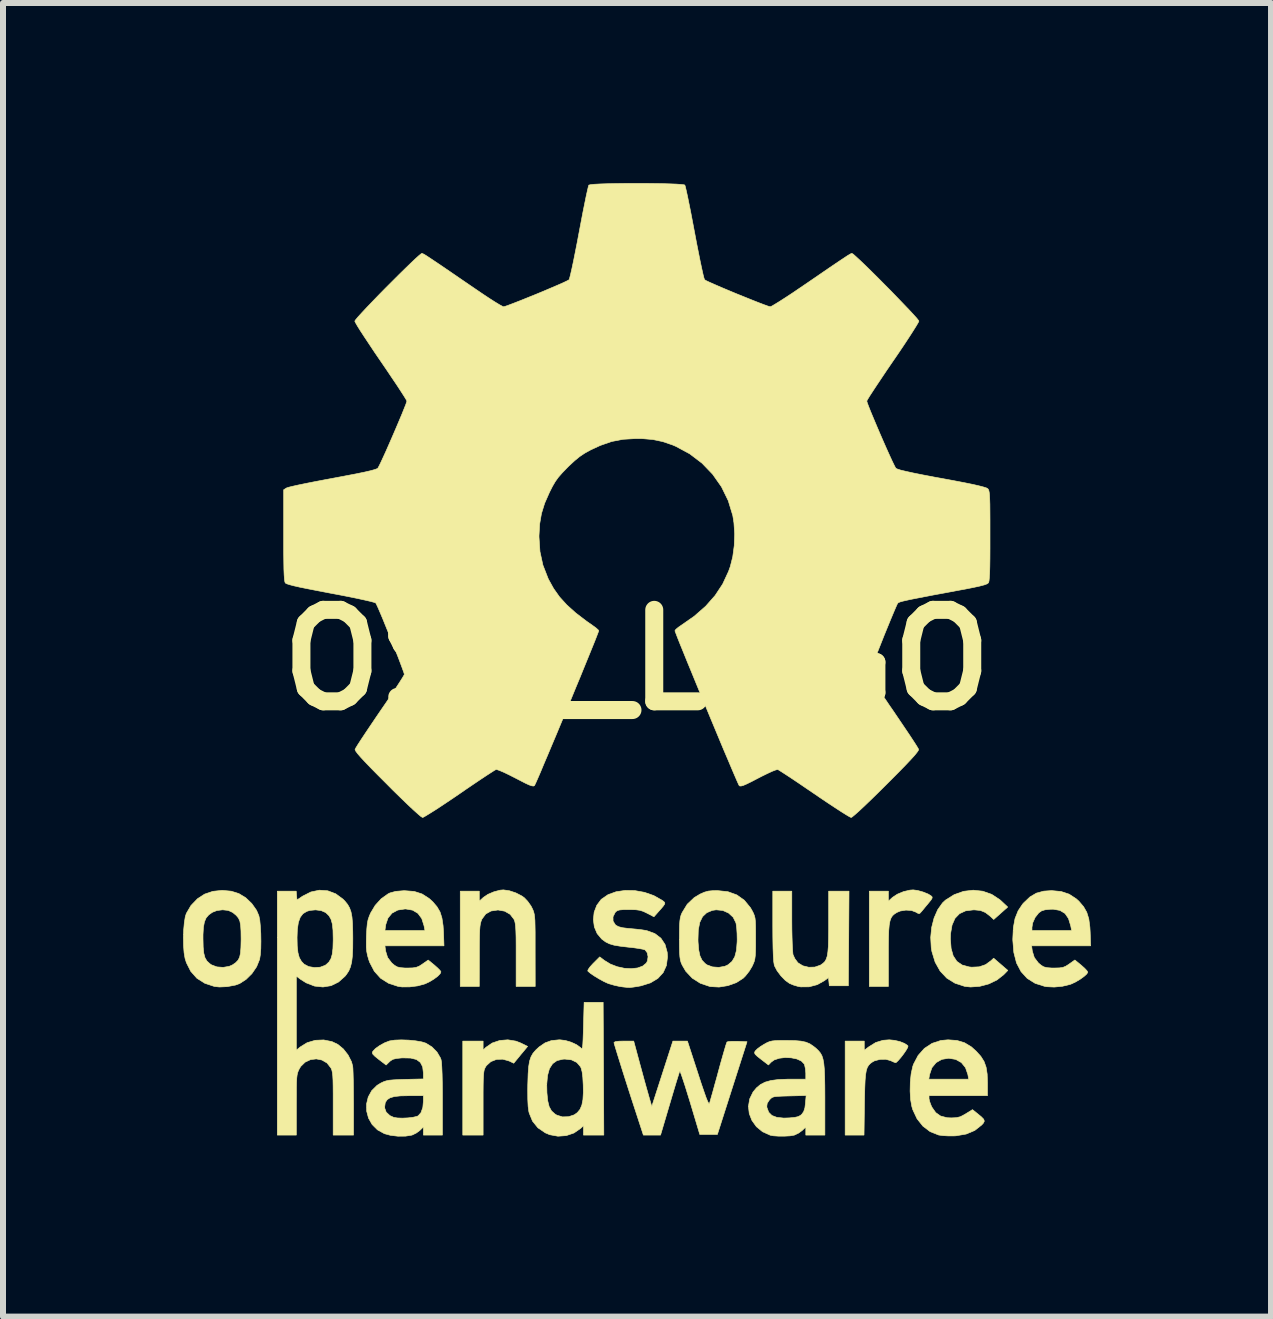
<source format=kicad_pcb>
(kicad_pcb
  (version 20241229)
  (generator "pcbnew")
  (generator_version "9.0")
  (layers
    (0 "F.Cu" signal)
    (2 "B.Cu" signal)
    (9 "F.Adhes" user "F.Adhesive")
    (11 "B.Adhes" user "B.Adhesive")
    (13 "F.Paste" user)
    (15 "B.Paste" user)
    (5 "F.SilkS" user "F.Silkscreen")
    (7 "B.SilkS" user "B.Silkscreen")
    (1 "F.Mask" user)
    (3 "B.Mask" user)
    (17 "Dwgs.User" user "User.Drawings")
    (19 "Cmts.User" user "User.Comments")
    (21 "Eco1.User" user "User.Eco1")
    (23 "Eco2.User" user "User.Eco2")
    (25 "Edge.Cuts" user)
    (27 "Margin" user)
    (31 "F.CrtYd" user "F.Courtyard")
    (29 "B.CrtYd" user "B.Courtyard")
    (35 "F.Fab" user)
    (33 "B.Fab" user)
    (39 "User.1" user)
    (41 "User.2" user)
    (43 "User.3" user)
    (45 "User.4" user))
  (footprint "OSH_LOGO"
    (layer "F.Cu")
    (at 7.56 7.945)
    (property "Reference" "OSH_LOGO" (at 0 0 0) (layer "F.SilkS") (effects (font (size 1.524 1.524) (thickness 0.3))))
    (attr through_hole)
    (fp_poly (pts (xy -2.014 6.351) (xy -1.93 6.384) (xy -1.82 6.439) (xy -1.883 6.516) (xy -1.936 6.579) (xy -1.987 6.642) (xy -1.999 6.656) (xy -2.051 6.719) (xy -2.127 6.682) (xy -2.233 6.652) (xy -2.337 6.655) (xy -2.432 6.692) (xy -2.505 6.758) (xy -2.518 6.777) (xy -2.531 6.801) (xy -2.542 6.829) (xy -2.549 6.865) (xy -2.554 6.915) (xy -2.558 6.986) (xy -2.56 7.081) (xy -2.561 7.208) (xy -2.561 7.371) (xy -2.561 7.382) (xy -2.561 7.916) (xy -2.9 7.916) (xy -2.9 6.35) (xy -2.561 6.35) (xy -2.561 6.5) (xy -2.514 6.454) (xy -2.409 6.382) (xy -2.284 6.34) (xy -2.149 6.329) (xy -2.014 6.351)) (stroke (width 0.01) (type solid)) (fill yes) (layer "F.SilkS"))
    (fp_poly (pts (xy 4.295 6.338) (xy 4.384 6.359) (xy 4.46 6.389) (xy 4.51 6.423) (xy 4.518 6.433) (xy 4.512 6.458) (xy 4.485 6.505) (xy 4.446 6.562) (xy 4.4 6.622) (xy 4.357 6.672) (xy 4.324 6.704) (xy 4.312 6.71) (xy 4.283 6.701) (xy 4.235 6.679) (xy 4.229 6.676) (xy 4.147 6.653) (xy 4.051 6.655) (xy 3.96 6.679) (xy 3.927 6.697) (xy 3.89 6.723) (xy 3.862 6.753) (xy 3.839 6.791) (xy 3.823 6.842) (xy 3.811 6.912) (xy 3.803 7.006) (xy 3.798 7.128) (xy 3.794 7.285) (xy 3.792 7.392) (xy 3.785 7.916) (xy 3.471 7.916) (xy 3.471 6.35) (xy 3.789 6.35) (xy 3.789 6.503) (xy 3.863 6.447) (xy 3.98 6.374) (xy 4.101 6.337) (xy 4.206 6.329) (xy 4.295 6.338)) (stroke (width 0.01) (type solid)) (fill yes) (layer "F.SilkS"))
    (fp_poly (pts (xy 4.679 3.841) (xy 4.768 3.866) (xy 4.851 3.899) (xy 4.898 3.927) (xy 4.918 3.945) (xy 4.921 3.965) (xy 4.903 3.997) (xy 4.861 4.049) (xy 4.856 4.055) (xy 4.805 4.116) (xy 4.761 4.17) (xy 4.739 4.196) (xy 4.713 4.224) (xy 4.688 4.224) (xy 4.65 4.202) (xy 4.576 4.174) (xy 4.483 4.168) (xy 4.39 4.183) (xy 4.334 4.206) (xy 4.293 4.232) (xy 4.26 4.261) (xy 4.236 4.298) (xy 4.218 4.348) (xy 4.205 4.417) (xy 4.197 4.508) (xy 4.193 4.629) (xy 4.191 4.782) (xy 4.191 4.916) (xy 4.191 5.44) (xy 3.873 5.44) (xy 3.873 3.852) (xy 4.191 3.852) (xy 4.191 4.019) (xy 4.26 3.956) (xy 4.34 3.903) (xy 4.443 3.86) (xy 4.551 3.835) (xy 4.604 3.831) (xy 4.679 3.841)) (stroke (width 0.01) (type solid)) (fill yes) (layer "F.SilkS"))
    (fp_poly (pts (xy 5.763 3.853) (xy 5.913 3.906) (xy 6.047 3.994) (xy 6.073 4.017) (xy 6.179 4.117) (xy 5.946 4.324) (xy 5.889 4.271) (xy 5.808 4.208) (xy 5.725 4.174) (xy 5.624 4.164) (xy 5.608 4.164) (xy 5.478 4.18) (xy 5.376 4.227) (xy 5.301 4.305) (xy 5.252 4.416) (xy 5.227 4.56) (xy 5.224 4.648) (xy 5.236 4.806) (xy 5.271 4.93) (xy 5.332 5.022) (xy 5.42 5.083) (xy 5.535 5.114) (xy 5.578 5.119) (xy 5.704 5.113) (xy 5.809 5.077) (xy 5.899 5.012) (xy 5.945 4.969) (xy 6.181 5.173) (xy 6.112 5.244) (xy 6 5.332) (xy 5.863 5.398) (xy 5.712 5.438) (xy 5.56 5.449) (xy 5.464 5.439) (xy 5.301 5.386) (xy 5.164 5.301) (xy 5.053 5.183) (xy 4.97 5.035) (xy 4.916 4.858) (xy 4.905 4.791) (xy 4.896 4.623) (xy 4.912 4.457) (xy 4.952 4.3) (xy 5.013 4.161) (xy 5.093 4.048) (xy 5.143 4.001) (xy 5.288 3.91) (xy 5.444 3.855) (xy 5.605 3.836) (xy 5.763 3.853)) (stroke (width 0.01) (type solid)) (fill yes) (layer "F.SilkS"))
    (fp_poly (pts (xy 2.582 4.344) (xy 2.583 4.489) (xy 2.586 4.624) (xy 2.59 4.741) (xy 2.595 4.834) (xy 2.6 4.895) (xy 2.603 4.912) (xy 2.633 4.977) (xy 2.68 5.04) (xy 2.688 5.048) (xy 2.766 5.096) (xy 2.864 5.12) (xy 2.966 5.117) (xy 3.056 5.086) (xy 3.065 5.081) (xy 3.103 5.054) (xy 3.133 5.025) (xy 3.155 4.986) (xy 3.172 4.935) (xy 3.183 4.864) (xy 3.191 4.77) (xy 3.194 4.647) (xy 3.196 4.49) (xy 3.196 4.372) (xy 3.196 3.852) (xy 3.535 3.852) (xy 3.53 4.641) (xy 3.524 5.429) (xy 3.207 5.429) (xy 3.2 5.36) (xy 3.193 5.292) (xy 3.126 5.343) (xy 3.006 5.41) (xy 2.869 5.446) (xy 2.73 5.447) (xy 2.682 5.438) (xy 2.611 5.417) (xy 2.546 5.39) (xy 2.542 5.388) (xy 2.473 5.338) (xy 2.401 5.264) (xy 2.337 5.179) (xy 2.295 5.099) (xy 2.29 5.084) (xy 2.281 5.029) (xy 2.274 4.933) (xy 2.269 4.796) (xy 2.266 4.619) (xy 2.265 4.427) (xy 2.265 3.852) (xy 2.582 3.852) (xy 2.582 4.344)) (stroke (width 0.01) (type solid)) (fill yes) (layer "F.SilkS"))
    (fp_poly (pts (xy -2.125 3.845) (xy -2.016 3.881) (xy -1.917 3.932) (xy -1.876 3.961) (xy -1.818 4.022) (xy -1.763 4.1) (xy -1.744 4.137) (xy -1.729 4.169) (xy -1.718 4.201) (xy -1.709 4.237) (xy -1.703 4.282) (xy -1.698 4.343) (xy -1.696 4.425) (xy -1.694 4.533) (xy -1.694 4.672) (xy -1.694 4.842) (xy -1.693 5.44) (xy -2.011 5.44) (xy -2.011 4.916) (xy -2.011 4.75) (xy -2.012 4.62) (xy -2.015 4.521) (xy -2.019 4.448) (xy -2.025 4.396) (xy -2.033 4.357) (xy -2.044 4.328) (xy -2.048 4.319) (xy -2.111 4.238) (xy -2.201 4.186) (xy -2.311 4.166) (xy -2.315 4.166) (xy -2.429 4.183) (xy -2.517 4.232) (xy -2.579 4.315) (xy -2.584 4.325) (xy -2.596 4.357) (xy -2.606 4.393) (xy -2.613 4.439) (xy -2.618 4.502) (xy -2.621 4.586) (xy -2.623 4.698) (xy -2.624 4.844) (xy -2.624 4.927) (xy -2.625 5.44) (xy -2.942 5.44) (xy -2.942 3.852) (xy -2.625 3.852) (xy -2.625 4.019) (xy -2.556 3.956) (xy -2.48 3.905) (xy -2.381 3.863) (xy -2.279 3.836) (xy -2.223 3.831) (xy -2.125 3.845)) (stroke (width 0.01) (type solid)) (fill yes) (layer "F.SilkS"))
    (fp_poly (pts (xy 0.052 6.736) (xy 0.089 6.871) (xy 0.125 7.004) (xy 0.159 7.126) (xy 0.187 7.224) (xy 0.203 7.281) (xy 0.249 7.44) (xy 0.425 6.895) (xy 0.601 6.35) (xy 0.843 6.35) (xy 1.019 6.891) (xy 1.074 7.061) (xy 1.119 7.192) (xy 1.153 7.289) (xy 1.179 7.353) (xy 1.197 7.386) (xy 1.208 7.393) (xy 1.21 7.389) (xy 1.22 7.356) (xy 1.239 7.289) (xy 1.266 7.194) (xy 1.298 7.077) (xy 1.335 6.945) (xy 1.357 6.863) (xy 1.394 6.727) (xy 1.429 6.604) (xy 1.459 6.5) (xy 1.482 6.422) (xy 1.498 6.375) (xy 1.503 6.365) (xy 1.529 6.358) (xy 1.587 6.354) (xy 1.664 6.354) (xy 1.677 6.354) (xy 1.836 6.361) (xy 1.589 7.133) (xy 1.342 7.906) (xy 1.049 7.906) (xy 0.888 7.368) (xy 0.844 7.226) (xy 0.805 7.1) (xy 0.77 6.994) (xy 0.743 6.914) (xy 0.724 6.864) (xy 0.715 6.849) (xy 0.715 6.849) (xy 0.707 6.874) (xy 0.688 6.934) (xy 0.66 7.023) (xy 0.626 7.136) (xy 0.587 7.267) (xy 0.55 7.392) (xy 0.395 7.916) (xy 0.109 7.916) (xy 0.035 7.689) (xy -0.025 7.505) (xy -0.085 7.321) (xy -0.143 7.141) (xy -0.198 6.969) (xy -0.248 6.811) (xy -0.292 6.67) (xy -0.329 6.551) (xy -0.357 6.459) (xy -0.375 6.399) (xy -0.381 6.374) (xy -0.36 6.36) (xy -0.298 6.352) (xy -0.217 6.35) (xy -0.052 6.35) (xy 0.052 6.736)) (stroke (width 0.01) (type solid)) (fill yes) (layer "F.SilkS"))
    (fp_poly (pts (xy 5.335 6.34) (xy 5.46 6.378) (xy 5.573 6.446) (xy 5.653 6.518) (xy 5.731 6.604) (xy 5.785 6.69) (xy 5.819 6.785) (xy 5.837 6.9) (xy 5.842 7.046) (xy 5.842 7.052) (xy 5.842 7.26) (xy 4.868 7.26) (xy 4.868 7.309) (xy 4.878 7.356) (xy 4.902 7.42) (xy 4.916 7.451) (xy 4.979 7.541) (xy 5.061 7.599) (xy 5.17 7.627) (xy 5.241 7.63) (xy 5.325 7.626) (xy 5.391 7.61) (xy 5.461 7.573) (xy 5.481 7.561) (xy 5.592 7.492) (xy 5.671 7.555) (xy 5.74 7.612) (xy 5.779 7.652) (xy 5.789 7.684) (xy 5.775 7.715) (xy 5.745 7.748) (xy 5.63 7.839) (xy 5.487 7.899) (xy 5.319 7.928) (xy 5.283 7.93) (xy 5.189 7.93) (xy 5.101 7.925) (xy 5.034 7.916) (xy 5.028 7.915) (xy 4.887 7.859) (xy 4.766 7.767) (xy 4.669 7.645) (xy 4.598 7.494) (xy 4.582 7.441) (xy 4.561 7.324) (xy 4.553 7.185) (xy 4.556 7.038) (xy 4.561 6.985) (xy 4.864 6.985) (xy 5.529 6.985) (xy 5.515 6.906) (xy 5.476 6.793) (xy 5.407 6.708) (xy 5.312 6.655) (xy 5.196 6.636) (xy 5.08 6.655) (xy 4.986 6.709) (xy 4.916 6.794) (xy 4.878 6.906) (xy 4.864 6.985) (xy 4.561 6.985) (xy 4.57 6.897) (xy 4.596 6.777) (xy 4.609 6.737) (xy 4.687 6.589) (xy 4.791 6.472) (xy 4.919 6.388) (xy 5.065 6.34) (xy 5.185 6.329) (xy 5.335 6.34)) (stroke (width 0.01) (type solid)) (fill yes) (layer "F.SilkS"))
    (fp_poly (pts (xy 7.069 3.858) (xy 7.202 3.902) (xy 7.32 3.979) (xy 7.367 4.022) (xy 7.443 4.111) (xy 7.496 4.204) (xy 7.53 4.314) (xy 7.548 4.45) (xy 7.553 4.535) (xy 7.561 4.763) (xy 6.577 4.763) (xy 6.589 4.851) (xy 6.622 4.958) (xy 6.691 5.049) (xy 6.739 5.089) (xy 6.782 5.114) (xy 6.835 5.127) (xy 6.913 5.133) (xy 6.953 5.133) (xy 7.038 5.131) (xy 7.097 5.123) (xy 7.146 5.103) (xy 7.2 5.069) (xy 7.203 5.066) (xy 7.298 4.999) (xy 7.405 5.087) (xy 7.46 5.136) (xy 7.499 5.178) (xy 7.513 5.202) (xy 7.497 5.231) (xy 7.452 5.272) (xy 7.389 5.318) (xy 7.317 5.361) (xy 7.247 5.395) (xy 7.218 5.406) (xy 7.09 5.437) (xy 6.954 5.45) (xy 6.829 5.444) (xy 6.797 5.439) (xy 6.636 5.388) (xy 6.504 5.305) (xy 6.401 5.192) (xy 6.326 5.049) (xy 6.281 4.874) (xy 6.264 4.668) (xy 6.264 4.646) (xy 6.273 4.462) (xy 6.274 4.455) (xy 6.583 4.455) (xy 6.583 4.508) (xy 7.244 4.508) (xy 7.229 4.43) (xy 7.192 4.309) (xy 7.134 4.224) (xy 7.05 4.173) (xy 6.939 4.153) (xy 6.885 4.154) (xy 6.801 4.163) (xy 6.744 4.18) (xy 6.699 4.212) (xy 6.697 4.213) (xy 6.636 4.29) (xy 6.595 4.382) (xy 6.583 4.455) (xy 6.274 4.455) (xy 6.301 4.309) (xy 6.352 4.181) (xy 6.426 4.069) (xy 6.446 4.047) (xy 6.55 3.948) (xy 6.657 3.885) (xy 6.779 3.852) (xy 6.911 3.843) (xy 7.069 3.858)) (stroke (width 0.01) (type solid)) (fill yes) (layer "F.SilkS"))
    (fp_poly (pts (xy -0.555 6.81) (xy -0.55 7.916) (xy -0.889 7.916) (xy -0.889 7.761) (xy -0.937 7.805) (xy -1.047 7.881) (xy -1.176 7.925) (xy -1.314 7.935) (xy -1.451 7.91) (xy -1.525 7.879) (xy -1.648 7.795) (xy -1.738 7.684) (xy -1.793 7.549) (xy -1.8 7.521) (xy -1.811 7.438) (xy -1.817 7.318) (xy -1.818 7.167) (xy -1.817 7.073) (xy -1.501 7.073) (xy -1.498 7.211) (xy -1.485 7.344) (xy -1.461 7.442) (xy -1.421 7.514) (xy -1.363 7.566) (xy -1.333 7.584) (xy -1.239 7.613) (xy -1.137 7.61) (xy -1.043 7.579) (xy -0.991 7.542) (xy -0.946 7.487) (xy -0.916 7.417) (xy -0.898 7.326) (xy -0.891 7.206) (xy -0.893 7.081) (xy -0.9 6.956) (xy -0.911 6.866) (xy -0.927 6.803) (xy -0.939 6.777) (xy -1 6.706) (xy -1.088 6.663) (xy -1.199 6.65) (xy -1.233 6.652) (xy -1.33 6.675) (xy -1.403 6.727) (xy -1.456 6.809) (xy -1.488 6.924) (xy -1.501 7.073) (xy -1.817 7.073) (xy -1.816 7.05) (xy -1.811 6.895) (xy -1.802 6.776) (xy -1.787 6.684) (xy -1.763 6.612) (xy -1.729 6.552) (xy -1.682 6.498) (xy -1.627 6.447) (xy -1.529 6.38) (xy -1.424 6.342) (xy -1.296 6.329) (xy -1.281 6.329) (xy -1.191 6.34) (xy -1.094 6.369) (xy -1.005 6.41) (xy -0.941 6.456) (xy -0.931 6.466) (xy -0.92 6.476) (xy -0.912 6.472) (xy -0.905 6.448) (xy -0.9 6.401) (xy -0.896 6.325) (xy -0.892 6.215) (xy -0.889 6.105) (xy -0.878 5.704) (xy -0.561 5.704) (xy -0.555 6.81)) (stroke (width 0.01) (type solid)) (fill yes) (layer "F.SilkS"))
    (fp_poly (pts (xy -6.756 3.853) (xy -6.63 3.893) (xy -6.516 3.962) (xy -6.415 4.059) (xy -6.336 4.171) (xy -6.297 4.262) (xy -6.282 4.335) (xy -6.272 4.439) (xy -6.265 4.56) (xy -6.263 4.688) (xy -6.265 4.81) (xy -6.273 4.914) (xy -6.285 4.988) (xy -6.285 4.989) (xy -6.335 5.112) (xy -6.413 5.226) (xy -6.51 5.322) (xy -6.618 5.392) (xy -6.687 5.417) (xy -6.825 5.443) (xy -6.955 5.449) (xy -7.038 5.44) (xy -7.198 5.387) (xy -7.33 5.303) (xy -7.432 5.188) (xy -7.505 5.043) (xy -7.527 4.972) (xy -7.543 4.878) (xy -7.552 4.76) (xy -7.554 4.646) (xy -7.228 4.646) (xy -7.225 4.783) (xy -7.215 4.885) (xy -7.195 4.961) (xy -7.162 5.017) (xy -7.114 5.061) (xy -7.085 5.081) (xy -6.996 5.114) (xy -6.892 5.122) (xy -6.792 5.105) (xy -6.737 5.081) (xy -6.683 5.044) (xy -6.644 5.003) (xy -6.618 4.953) (xy -6.603 4.884) (xy -6.596 4.788) (xy -6.593 4.66) (xy -6.593 4.643) (xy -6.595 4.515) (xy -6.601 4.421) (xy -6.614 4.351) (xy -6.638 4.299) (xy -6.674 4.256) (xy -6.726 4.213) (xy -6.735 4.206) (xy -6.809 4.173) (xy -6.901 4.163) (xy -6.997 4.175) (xy -7.071 4.204) (xy -7.132 4.247) (xy -7.176 4.298) (xy -7.204 4.364) (xy -7.221 4.454) (xy -7.228 4.574) (xy -7.228 4.646) (xy -7.554 4.646) (xy -7.555 4.63) (xy -7.55 4.499) (xy -7.539 4.378) (xy -7.523 4.278) (xy -7.506 4.224) (xy -7.428 4.091) (xy -7.319 3.978) (xy -7.202 3.902) (xy -7.063 3.855) (xy -6.909 3.839) (xy -6.756 3.853)) (stroke (width 0.01) (type solid)) (fill yes) (layer "F.SilkS"))
    (fp_poly (pts (xy -3.708 3.857) (xy -3.578 3.899) (xy -3.461 3.974) (xy -3.401 4.028) (xy -3.33 4.111) (xy -3.279 4.198) (xy -3.247 4.3) (xy -3.228 4.427) (xy -3.221 4.535) (xy -3.213 4.763) (xy -4.197 4.763) (xy -4.185 4.851) (xy -4.152 4.958) (xy -4.083 5.049) (xy -4.035 5.089) (xy -3.992 5.114) (xy -3.938 5.127) (xy -3.861 5.133) (xy -3.821 5.133) (xy -3.735 5.131) (xy -3.677 5.122) (xy -3.628 5.103) (xy -3.574 5.069) (xy -3.571 5.066) (xy -3.476 5) (xy -3.373 5.084) (xy -3.318 5.133) (xy -3.278 5.174) (xy -3.264 5.196) (xy -3.276 5.226) (xy -3.317 5.269) (xy -3.378 5.315) (xy -3.45 5.359) (xy -3.523 5.394) (xy -3.53 5.397) (xy -3.649 5.43) (xy -3.783 5.447) (xy -3.911 5.448) (xy -3.977 5.439) (xy -4.136 5.387) (xy -4.269 5.303) (xy -4.374 5.186) (xy -4.451 5.038) (xy -4.466 4.996) (xy -4.487 4.923) (xy -4.5 4.858) (xy -4.507 4.787) (xy -4.507 4.696) (xy -4.505 4.599) (xy -4.5 4.508) (xy -4.197 4.508) (xy -3.53 4.508) (xy -3.545 4.43) (xy -3.583 4.309) (xy -3.647 4.222) (xy -3.735 4.169) (xy -3.85 4.149) (xy -3.863 4.149) (xy -3.982 4.167) (xy -4.078 4.218) (xy -4.146 4.3) (xy -4.183 4.409) (xy -4.185 4.423) (xy -4.197 4.508) (xy -4.5 4.508) (xy -4.499 4.484) (xy -4.491 4.4) (xy -4.479 4.333) (xy -4.459 4.273) (xy -4.436 4.218) (xy -4.359 4.089) (xy -4.259 3.979) (xy -4.144 3.897) (xy -4.113 3.882) (xy -4.019 3.856) (xy -3.887 3.845) (xy -3.863 3.845) (xy -3.708 3.857)) (stroke (width 0.01) (type solid)) (fill yes) (layer "F.SilkS"))
    (fp_poly (pts (xy 1.517 3.861) (xy 1.666 3.915) (xy 1.791 4.004) (xy 1.892 4.127) (xy 1.922 4.179) (xy 1.943 4.22) (xy 1.958 4.258) (xy 1.969 4.3) (xy 1.975 4.355) (xy 1.978 4.429) (xy 1.979 4.532) (xy 1.979 4.636) (xy 1.979 4.765) (xy 1.977 4.861) (xy 1.973 4.931) (xy 1.966 4.983) (xy 1.955 5.026) (xy 1.938 5.067) (xy 1.92 5.106) (xy 1.872 5.186) (xy 1.812 5.262) (xy 1.774 5.301) (xy 1.658 5.376) (xy 1.518 5.426) (xy 1.37 5.45) (xy 1.226 5.442) (xy 1.212 5.439) (xy 1.058 5.387) (xy 0.924 5.302) (xy 0.815 5.186) (xy 0.755 5.083) (xy 0.737 5.041) (xy 0.725 4.998) (xy 0.717 4.945) (xy 0.712 4.874) (xy 0.71 4.778) (xy 0.709 4.659) (xy 1.019 4.659) (xy 1.02 4.699) (xy 1.031 4.832) (xy 1.052 4.931) (xy 1.087 5.004) (xy 1.138 5.058) (xy 1.17 5.081) (xy 1.26 5.114) (xy 1.365 5.122) (xy 1.466 5.104) (xy 1.52 5.079) (xy 1.586 5.023) (xy 1.632 4.945) (xy 1.66 4.839) (xy 1.671 4.699) (xy 1.672 4.657) (xy 1.67 4.559) (xy 1.664 4.468) (xy 1.655 4.4) (xy 1.651 4.38) (xy 1.605 4.287) (xy 1.529 4.217) (xy 1.432 4.174) (xy 1.322 4.163) (xy 1.255 4.173) (xy 1.164 4.212) (xy 1.095 4.277) (xy 1.049 4.371) (xy 1.024 4.498) (xy 1.019 4.659) (xy 0.709 4.659) (xy 0.709 4.647) (xy 0.709 4.646) (xy 0.71 4.515) (xy 0.712 4.418) (xy 0.717 4.347) (xy 0.725 4.294) (xy 0.737 4.25) (xy 0.754 4.211) (xy 0.84 4.07) (xy 0.956 3.96) (xy 1.054 3.901) (xy 1.127 3.869) (xy 1.192 3.851) (xy 1.269 3.844) (xy 1.344 3.843) (xy 1.517 3.861)) (stroke (width 0.01) (type solid)) (fill yes) (layer "F.SilkS"))
    (fp_poly (pts (xy -3.803 6.334) (xy -3.684 6.346) (xy -3.581 6.364) (xy -3.514 6.385) (xy -3.413 6.448) (xy -3.329 6.534) (xy -3.272 6.631) (xy -3.261 6.662) (xy -3.254 6.707) (xy -3.249 6.789) (xy -3.244 6.903) (xy -3.241 7.044) (xy -3.239 7.206) (xy -3.239 7.329) (xy -3.239 7.916) (xy -3.556 7.916) (xy -3.556 7.781) (xy -3.616 7.839) (xy -3.676 7.883) (xy -3.743 7.915) (xy -3.748 7.917) (xy -3.854 7.934) (xy -3.98 7.935) (xy -4.105 7.92) (xy -4.205 7.893) (xy -4.321 7.829) (xy -4.41 7.74) (xy -4.47 7.634) (xy -4.501 7.518) (xy -4.502 7.46) (xy -4.203 7.46) (xy -4.176 7.534) (xy -4.114 7.592) (xy -4.05 7.621) (xy -3.99 7.631) (xy -3.907 7.634) (xy -3.815 7.63) (xy -3.73 7.62) (xy -3.665 7.605) (xy -3.644 7.596) (xy -3.595 7.541) (xy -3.565 7.454) (xy -3.556 7.352) (xy -3.556 7.26) (xy -3.8 7.26) (xy -3.938 7.263) (xy -4.04 7.274) (xy -4.112 7.295) (xy -4.159 7.326) (xy -4.189 7.371) (xy -4.192 7.379) (xy -4.203 7.46) (xy -4.502 7.46) (xy -4.503 7.398) (xy -4.475 7.282) (xy -4.417 7.176) (xy -4.328 7.088) (xy -4.266 7.05) (xy -4.22 7.028) (xy -4.176 7.013) (xy -4.123 7.002) (xy -4.054 6.996) (xy -3.96 6.991) (xy -3.858 6.988) (xy -3.556 6.981) (xy -3.556 6.882) (xy -3.568 6.78) (xy -3.606 6.706) (xy -3.671 6.657) (xy -3.768 6.633) (xy -3.899 6.63) (xy -3.923 6.631) (xy -4.008 6.64) (xy -4.064 6.654) (xy -4.104 6.679) (xy -4.122 6.695) (xy -4.177 6.749) (xy -4.3 6.655) (xy -4.363 6.604) (xy -4.397 6.57) (xy -4.407 6.545) (xy -4.399 6.522) (xy -4.399 6.521) (xy -4.355 6.475) (xy -4.285 6.425) (xy -4.204 6.38) (xy -4.124 6.349) (xy -4.117 6.347) (xy -4.033 6.334) (xy -3.924 6.33) (xy -3.803 6.334)) (stroke (width 0.01) (type solid)) (fill yes) (layer "F.SilkS"))
    (fp_poly (pts (xy -0.033 3.843) (xy 0.128 3.872) (xy 0.282 3.926) (xy 0.422 4.005) (xy 0.449 4.025) (xy 0.465 4.043) (xy 0.465 4.064) (xy 0.443 4.098) (xy 0.398 4.152) (xy 0.385 4.166) (xy 0.285 4.279) (xy 0.17 4.219) (xy 0.107 4.189) (xy 0.05 4.171) (xy -0.015 4.162) (xy -0.104 4.159) (xy -0.133 4.159) (xy -0.225 4.16) (xy -0.284 4.165) (xy -0.321 4.175) (xy -0.347 4.192) (xy -0.362 4.209) (xy -0.397 4.28) (xy -0.396 4.351) (xy -0.358 4.412) (xy -0.349 4.42) (xy -0.305 4.444) (xy -0.241 4.461) (xy -0.147 4.473) (xy -0.111 4.476) (xy -0.012 4.485) (xy 0.083 4.496) (xy 0.157 4.508) (xy 0.169 4.511) (xy 0.3 4.559) (xy 0.401 4.636) (xy 0.47 4.74) (xy 0.506 4.87) (xy 0.511 4.949) (xy 0.493 5.09) (xy 0.439 5.209) (xy 0.35 5.306) (xy 0.227 5.38) (xy 0.071 5.429) (xy 0.018 5.439) (xy -0.06 5.451) (xy -0.116 5.457) (xy -0.167 5.455) (xy -0.231 5.448) (xy -0.286 5.44) (xy -0.373 5.421) (xy -0.463 5.395) (xy -0.487 5.386) (xy -0.552 5.356) (xy -0.627 5.315) (xy -0.703 5.269) (xy -0.767 5.226) (xy -0.809 5.191) (xy -0.818 5.181) (xy -0.81 5.157) (xy -0.779 5.113) (xy -0.729 5.058) (xy -0.725 5.054) (xy -0.618 4.947) (xy -0.543 5.005) (xy -0.441 5.067) (xy -0.327 5.111) (xy -0.208 5.137) (xy -0.093 5.143) (xy 0.011 5.132) (xy 0.097 5.101) (xy 0.158 5.051) (xy 0.177 5.014) (xy 0.187 4.944) (xy 0.173 4.878) (xy 0.138 4.832) (xy 0.132 4.829) (xy 0.097 4.819) (xy 0.03 4.807) (xy -0.059 4.794) (xy -0.146 4.785) (xy -0.279 4.769) (xy -0.38 4.752) (xy -0.457 4.729) (xy -0.52 4.698) (xy -0.578 4.655) (xy -0.585 4.65) (xy -0.661 4.559) (xy -0.708 4.448) (xy -0.724 4.326) (xy -0.711 4.203) (xy -0.667 4.088) (xy -0.594 3.99) (xy -0.589 3.986) (xy -0.48 3.911) (xy -0.345 3.862) (xy -0.194 3.84) (xy -0.033 3.843)) (stroke (width 0.01) (type solid)) (fill yes) (layer "F.SilkS"))
    (fp_poly (pts (xy 2.633 6.342) (xy 2.736 6.351) (xy 2.816 6.368) (xy 2.883 6.396) (xy 2.946 6.439) (xy 2.99 6.475) (xy 3.028 6.512) (xy 3.059 6.55) (xy 3.084 6.595) (xy 3.102 6.652) (xy 3.115 6.725) (xy 3.124 6.819) (xy 3.129 6.94) (xy 3.132 7.092) (xy 3.133 7.281) (xy 3.133 7.327) (xy 3.133 7.916) (xy 2.815 7.916) (xy 2.815 7.781) (xy 2.755 7.839) (xy 2.695 7.883) (xy 2.628 7.915) (xy 2.623 7.917) (xy 2.554 7.929) (xy 2.461 7.934) (xy 2.362 7.934) (xy 2.274 7.928) (xy 2.222 7.918) (xy 2.094 7.86) (xy 1.992 7.776) (xy 1.918 7.673) (xy 1.873 7.558) (xy 1.86 7.44) (xy 2.165 7.44) (xy 2.168 7.458) (xy 2.197 7.536) (xy 2.251 7.59) (xy 2.333 7.621) (xy 2.448 7.633) (xy 2.54 7.63) (xy 2.628 7.622) (xy 2.686 7.609) (xy 2.727 7.588) (xy 2.748 7.57) (xy 2.78 7.525) (xy 2.8 7.463) (xy 2.809 7.389) (xy 2.821 7.257) (xy 2.541 7.264) (xy 2.428 7.267) (xy 2.348 7.271) (xy 2.296 7.276) (xy 2.261 7.286) (xy 2.237 7.302) (xy 2.215 7.324) (xy 2.208 7.332) (xy 2.172 7.387) (xy 2.165 7.44) (xy 1.86 7.44) (xy 1.86 7.436) (xy 1.88 7.314) (xy 1.936 7.199) (xy 1.993 7.13) (xy 2.06 7.074) (xy 2.138 7.034) (xy 2.234 7.007) (xy 2.355 6.991) (xy 2.509 6.985) (xy 2.554 6.985) (xy 2.815 6.985) (xy 2.815 6.884) (xy 2.809 6.812) (xy 2.795 6.748) (xy 2.788 6.731) (xy 2.742 6.683) (xy 2.666 6.648) (xy 2.573 6.629) (xy 2.471 6.624) (xy 2.373 6.636) (xy 2.289 6.664) (xy 2.239 6.7) (xy 2.193 6.748) (xy 2.069 6.653) (xy 2.006 6.603) (xy 1.972 6.57) (xy 1.961 6.546) (xy 1.968 6.523) (xy 1.974 6.514) (xy 2.008 6.48) (xy 2.065 6.437) (xy 2.118 6.405) (xy 2.168 6.377) (xy 2.21 6.359) (xy 2.256 6.348) (xy 2.314 6.342) (xy 2.395 6.34) (xy 2.498 6.34) (xy 2.633 6.342)) (stroke (width 0.01) (type solid)) (fill yes) (layer "F.SilkS"))
    (fp_poly (pts (xy -5.15 3.846) (xy -5.017 3.896) (xy -4.896 3.985) (xy -4.863 4.019) (xy -4.819 4.073) (xy -4.786 4.131) (xy -4.762 4.198) (xy -4.746 4.282) (xy -4.737 4.39) (xy -4.733 4.528) (xy -4.732 4.636) (xy -4.733 4.801) (xy -4.739 4.931) (xy -4.751 5.033) (xy -4.771 5.114) (xy -4.799 5.181) (xy -4.838 5.24) (xy -4.86 5.268) (xy -4.97 5.366) (xy -5.094 5.427) (xy -5.229 5.449) (xy -5.369 5.434) (xy -5.509 5.38) (xy -5.604 5.32) (xy -5.673 5.268) (xy -5.673 6.502) (xy -5.61 6.449) (xy -5.493 6.377) (xy -5.358 6.337) (xy -5.217 6.331) (xy -5.079 6.359) (xy -4.982 6.405) (xy -4.89 6.481) (xy -4.811 6.582) (xy -4.754 6.694) (xy -4.734 6.768) (xy -4.73 6.811) (xy -4.727 6.889) (xy -4.724 6.996) (xy -4.722 7.125) (xy -4.721 7.269) (xy -4.72 7.382) (xy -4.72 7.916) (xy -5.059 7.916) (xy -5.059 7.392) (xy -5.059 7.227) (xy -5.06 7.098) (xy -5.062 7.001) (xy -5.066 6.929) (xy -5.072 6.877) (xy -5.08 6.839) (xy -5.09 6.81) (xy -5.098 6.796) (xy -5.162 6.715) (xy -5.246 6.666) (xy -5.34 6.647) (xy -5.436 6.659) (xy -5.526 6.701) (xy -5.599 6.772) (xy -5.625 6.815) (xy -5.64 6.847) (xy -5.652 6.879) (xy -5.66 6.917) (xy -5.666 6.967) (xy -5.67 7.036) (xy -5.672 7.129) (xy -5.672 7.252) (xy -5.673 7.412) (xy -5.673 7.916) (xy -5.99 7.916) (xy -5.99 4.625) (xy -5.661 4.625) (xy -5.658 4.768) (xy -5.646 4.877) (xy -5.624 4.959) (xy -5.588 5.022) (xy -5.543 5.069) (xy -5.467 5.109) (xy -5.372 5.125) (xy -5.275 5.119) (xy -5.193 5.088) (xy -5.176 5.076) (xy -5.129 5.032) (xy -5.096 4.977) (xy -5.075 4.905) (xy -5.063 4.807) (xy -5.059 4.677) (xy -5.059 4.641) (xy -5.062 4.503) (xy -5.073 4.399) (xy -5.095 4.321) (xy -5.128 4.263) (xy -5.177 4.215) (xy -5.188 4.207) (xy -5.259 4.176) (xy -5.352 4.164) (xy -5.447 4.173) (xy -5.499 4.189) (xy -5.563 4.228) (xy -5.608 4.288) (xy -5.639 4.373) (xy -5.656 4.49) (xy -5.661 4.625) (xy -5.99 4.625) (xy -5.99 3.852) (xy -5.675 3.852) (xy -5.669 3.926) (xy -5.662 3.999) (xy -5.569 3.936) (xy -5.431 3.866) (xy -5.289 3.836) (xy -5.15 3.846)) (stroke (width 0.01) (type solid)) (fill yes) (layer "F.SilkS"))
    (fp_poly (pts (xy 0.112 -7.94) (xy 0.268 -7.938) (xy 0.415 -7.936) (xy 0.546 -7.932) (xy 0.656 -7.928) (xy 0.739 -7.922) (xy 0.788 -7.916) (xy 0.8 -7.911) (xy 0.808 -7.885) (xy 0.823 -7.822) (xy 0.844 -7.727) (xy 0.869 -7.604) (xy 0.898 -7.46) (xy 0.929 -7.297) (xy 0.962 -7.123) (xy 0.962 -7.123) (xy 0.995 -6.948) (xy 1.027 -6.786) (xy 1.056 -6.641) (xy 1.082 -6.519) (xy 1.103 -6.424) (xy 1.119 -6.361) (xy 1.129 -6.335) (xy 1.129 -6.335) (xy 1.155 -6.319) (xy 1.215 -6.291) (xy 1.301 -6.253) (xy 1.407 -6.207) (xy 1.528 -6.156) (xy 1.655 -6.103) (xy 1.784 -6.051) (xy 1.908 -6.001) (xy 2.019 -5.957) (xy 2.113 -5.921) (xy 2.182 -5.896) (xy 2.22 -5.885) (xy 2.223 -5.884) (xy 2.25 -5.896) (xy 2.306 -5.929) (xy 2.387 -5.979) (xy 2.488 -6.044) (xy 2.605 -6.121) (xy 2.731 -6.207) (xy 2.733 -6.208) (xy 2.925 -6.339) (xy 3.084 -6.448) (xy 3.215 -6.538) (xy 3.32 -6.609) (xy 3.402 -6.664) (xy 3.464 -6.705) (xy 3.509 -6.735) (xy 3.541 -6.754) (xy 3.562 -6.766) (xy 3.574 -6.772) (xy 3.583 -6.773) (xy 3.584 -6.773) (xy 3.607 -6.759) (xy 3.654 -6.717) (xy 3.722 -6.654) (xy 3.808 -6.572) (xy 3.906 -6.476) (xy 4.013 -6.37) (xy 4.124 -6.258) (xy 4.237 -6.144) (xy 4.345 -6.032) (xy 4.446 -5.927) (xy 4.536 -5.833) (xy 4.61 -5.753) (xy 4.664 -5.693) (xy 4.694 -5.655) (xy 4.699 -5.645) (xy 4.687 -5.619) (xy 4.654 -5.563) (xy 4.602 -5.48) (xy 4.534 -5.374) (xy 4.453 -5.251) (xy 4.361 -5.114) (xy 4.265 -4.974) (xy 4.165 -4.828) (xy 4.074 -4.692) (xy 3.993 -4.571) (xy 3.926 -4.469) (xy 3.874 -4.389) (xy 3.842 -4.336) (xy 3.831 -4.314) (xy 3.839 -4.285) (xy 3.862 -4.223) (xy 3.897 -4.135) (xy 3.942 -4.027) (xy 3.993 -3.906) (xy 4.048 -3.777) (xy 4.104 -3.648) (xy 4.159 -3.523) (xy 4.21 -3.41) (xy 4.254 -3.314) (xy 4.289 -3.242) (xy 4.311 -3.2) (xy 4.316 -3.193) (xy 4.342 -3.18) (xy 4.398 -3.162) (xy 4.487 -3.141) (xy 4.61 -3.114) (xy 4.77 -3.082) (xy 4.969 -3.044) (xy 5.08 -3.024) (xy 5.291 -2.985) (xy 5.463 -2.952) (xy 5.6 -2.924) (xy 5.704 -2.9) (xy 5.777 -2.881) (xy 5.824 -2.866) (xy 5.847 -2.853) (xy 5.857 -2.84) (xy 5.865 -2.821) (xy 5.871 -2.791) (xy 5.876 -2.747) (xy 5.879 -2.684) (xy 5.882 -2.597) (xy 5.883 -2.482) (xy 5.884 -2.335) (xy 5.884 -2.152) (xy 5.884 -2.068) (xy 5.884 -1.857) (xy 5.883 -1.685) (xy 5.881 -1.549) (xy 5.878 -1.444) (xy 5.873 -1.369) (xy 5.868 -1.318) (xy 5.861 -1.29) (xy 5.857 -1.284) (xy 5.836 -1.268) (xy 5.791 -1.251) (xy 5.719 -1.232) (xy 5.615 -1.209) (xy 5.475 -1.181) (xy 5.376 -1.163) (xy 5.142 -1.119) (xy 4.946 -1.083) (xy 4.786 -1.052) (xy 4.657 -1.027) (xy 4.555 -1.007) (xy 4.479 -0.99) (xy 4.423 -0.977) (xy 4.385 -0.966) (xy 4.362 -0.956) (xy 4.349 -0.948) (xy 4.348 -0.947) (xy 4.334 -0.921) (xy 4.308 -0.862) (xy 4.271 -0.775) (xy 4.226 -0.667) (xy 4.176 -0.545) (xy 4.122 -0.413) (xy 4.069 -0.279) (xy 4.017 -0.148) (xy 3.97 -0.027) (xy 3.929 0.079) (xy 3.898 0.163) (xy 3.879 0.219) (xy 3.873 0.24) (xy 3.885 0.264) (xy 3.918 0.318) (xy 3.97 0.399) (xy 4.037 0.501) (xy 4.117 0.621) (xy 4.207 0.755) (xy 4.279 0.859) (xy 4.375 1.001) (xy 4.464 1.133) (xy 4.543 1.25) (xy 4.608 1.349) (xy 4.657 1.425) (xy 4.686 1.473) (xy 4.694 1.489) (xy 4.69 1.508) (xy 4.667 1.541) (xy 4.626 1.592) (xy 4.562 1.662) (xy 4.475 1.754) (xy 4.363 1.869) (xy 4.222 2.011) (xy 4.157 2.076) (xy 4.022 2.21) (xy 3.899 2.33) (xy 3.791 2.434) (xy 3.701 2.518) (xy 3.632 2.579) (xy 3.587 2.616) (xy 3.571 2.625) (xy 3.544 2.613) (xy 3.488 2.58) (xy 3.405 2.528) (xy 3.302 2.461) (xy 3.181 2.381) (xy 3.047 2.291) (xy 2.958 2.23) (xy 2.818 2.135) (xy 2.689 2.047) (xy 2.574 1.97) (xy 2.478 1.907) (xy 2.405 1.86) (xy 2.36 1.832) (xy 2.347 1.826) (xy 2.317 1.832) (xy 2.256 1.855) (xy 2.174 1.893) (xy 2.076 1.941) (xy 2.022 1.969) (xy 1.909 2.028) (xy 1.827 2.068) (xy 1.771 2.092) (xy 1.735 2.101) (xy 1.713 2.099) (xy 1.705 2.093) (xy 1.693 2.069) (xy 1.667 2.011) (xy 1.628 1.921) (xy 1.578 1.804) (xy 1.519 1.664) (xy 1.451 1.505) (xy 1.378 1.33) (xy 1.301 1.145) (xy 1.221 0.953) (xy 1.14 0.757) (xy 1.059 0.563) (xy 0.981 0.373) (xy 0.907 0.192) (xy 0.838 0.025) (xy 0.777 -0.126) (xy 0.724 -0.256) (xy 0.682 -0.361) (xy 0.653 -0.437) (xy 0.637 -0.479) (xy 0.635 -0.487) (xy 0.651 -0.51) (xy 0.693 -0.545) (xy 0.725 -0.567) (xy 0.956 -0.728) (xy 1.147 -0.895) (xy 1.304 -1.073) (xy 1.43 -1.264) (xy 1.528 -1.475) (xy 1.557 -1.556) (xy 1.598 -1.718) (xy 1.623 -1.904) (xy 1.63 -2.098) (xy 1.618 -2.284) (xy 1.599 -2.405) (xy 1.523 -2.654) (xy 1.41 -2.885) (xy 1.263 -3.094) (xy 1.086 -3.278) (xy 0.881 -3.434) (xy 0.651 -3.558) (xy 0.592 -3.583) (xy 0.429 -3.638) (xy 0.269 -3.672) (xy 0.095 -3.687) (xy -0.021 -3.688) (xy -0.229 -3.676) (xy -0.421 -3.639) (xy -0.61 -3.573) (xy -0.768 -3.5) (xy -0.868 -3.445) (xy -0.953 -3.388) (xy -1.036 -3.32) (xy -1.131 -3.232) (xy -1.155 -3.208) (xy -1.242 -3.118) (xy -1.307 -3.044) (xy -1.358 -2.973) (xy -1.406 -2.891) (xy -1.455 -2.794) (xy -1.536 -2.61) (xy -1.589 -2.439) (xy -1.619 -2.265) (xy -1.63 -2.072) (xy -1.63 -2.047) (xy -1.614 -1.805) (xy -1.565 -1.58) (xy -1.479 -1.359) (xy -1.471 -1.342) (xy -1.387 -1.19) (xy -1.288 -1.05) (xy -1.166 -0.916) (xy -1.017 -0.782) (xy -0.836 -0.644) (xy -0.736 -0.574) (xy -0.681 -0.534) (xy -0.644 -0.501) (xy -0.635 -0.486) (xy -0.643 -0.462) (xy -0.666 -0.402) (xy -0.701 -0.312) (xy -0.749 -0.194) (xy -0.806 -0.054) (xy -0.871 0.105) (xy -0.942 0.28) (xy -1.019 0.465) (xy -1.098 0.658) (xy -1.179 0.853) (xy -1.26 1.047) (xy -1.339 1.237) (xy -1.415 1.417) (xy -1.485 1.584) (xy -1.549 1.734) (xy -1.603 1.864) (xy -1.648 1.968) (xy -1.681 2.043) (xy -1.701 2.085) (xy -1.705 2.093) (xy -1.721 2.101) (xy -1.748 2.098) (xy -1.793 2.083) (xy -1.86 2.052) (xy -1.955 2.003) (xy -2.021 1.969) (xy -2.123 1.917) (xy -2.214 1.873) (xy -2.287 1.842) (xy -2.334 1.826) (xy -2.346 1.826) (xy -2.371 1.839) (xy -2.427 1.875) (xy -2.509 1.928) (xy -2.613 1.997) (xy -2.733 2.078) (xy -2.867 2.169) (xy -2.955 2.23) (xy -3.095 2.325) (xy -3.225 2.412) (xy -3.34 2.488) (xy -3.437 2.549) (xy -3.51 2.594) (xy -3.556 2.62) (xy -3.569 2.625) (xy -3.595 2.61) (xy -3.646 2.567) (xy -3.723 2.498) (xy -3.821 2.406) (xy -3.938 2.293) (xy -4.072 2.162) (xy -4.157 2.076) (xy -4.309 1.924) (xy -4.433 1.798) (xy -4.53 1.697) (xy -4.603 1.618) (xy -4.653 1.56) (xy -4.683 1.519) (xy -4.694 1.495) (xy -4.694 1.489) (xy -4.68 1.463) (xy -4.645 1.406) (xy -4.591 1.323) (xy -4.522 1.219) (xy -4.44 1.097) (xy -4.349 0.962) (xy -4.279 0.859) (xy -4.182 0.718) (xy -4.094 0.588) (xy -4.017 0.472) (xy -3.954 0.375) (xy -3.907 0.301) (xy -3.88 0.255) (xy -3.873 0.24) (xy -3.881 0.212) (xy -3.903 0.151) (xy -3.936 0.062) (xy -3.977 -0.047) (xy -4.026 -0.17) (xy -4.078 -0.302) (xy -4.132 -0.436) (xy -4.185 -0.567) (xy -4.234 -0.688) (xy -4.278 -0.792) (xy -4.314 -0.875) (xy -4.339 -0.929) (xy -4.35 -0.949) (xy -4.376 -0.959) (xy -4.439 -0.976) (xy -4.535 -0.998) (xy -4.658 -1.025) (xy -4.805 -1.055) (xy -4.969 -1.087) (xy -5.103 -1.112) (xy -5.311 -1.152) (xy -5.48 -1.185) (xy -5.614 -1.212) (xy -5.715 -1.235) (xy -5.787 -1.254) (xy -5.833 -1.269) (xy -5.856 -1.282) (xy -5.858 -1.285) (xy -5.865 -1.305) (xy -5.871 -1.348) (xy -5.876 -1.416) (xy -5.88 -1.512) (xy -5.882 -1.64) (xy -5.884 -1.802) (xy -5.884 -2.002) (xy -5.884 -2.078) (xy -5.884 -2.835) (xy -5.837 -2.865) (xy -5.805 -2.876) (xy -5.737 -2.893) (xy -5.638 -2.915) (xy -5.512 -2.941) (xy -5.366 -2.97) (xy -5.203 -3.001) (xy -5.069 -3.026) (xy -4.852 -3.067) (xy -4.674 -3.101) (xy -4.534 -3.13) (xy -4.43 -3.154) (xy -4.36 -3.174) (xy -4.322 -3.189) (xy -4.316 -3.193) (xy -4.3 -3.221) (xy -4.27 -3.281) (xy -4.23 -3.367) (xy -4.181 -3.474) (xy -4.128 -3.595) (xy -4.072 -3.723) (xy -4.016 -3.853) (xy -3.963 -3.978) (xy -3.915 -4.092) (xy -3.876 -4.189) (xy -3.847 -4.262) (xy -3.833 -4.306) (xy -3.831 -4.314) (xy -3.843 -4.337) (xy -3.876 -4.391) (xy -3.928 -4.472) (xy -3.995 -4.575) (xy -4.077 -4.696) (xy -4.168 -4.832) (xy -4.265 -4.974) (xy -4.365 -5.12) (xy -4.456 -5.257) (xy -4.537 -5.379) (xy -4.605 -5.483) (xy -4.656 -5.565) (xy -4.688 -5.621) (xy -4.699 -5.645) (xy -4.684 -5.668) (xy -4.644 -5.716) (xy -4.581 -5.785) (xy -4.5 -5.872) (xy -4.405 -5.971) (xy -4.3 -6.08) (xy -4.189 -6.193) (xy -4.076 -6.306) (xy -3.966 -6.416) (xy -3.862 -6.518) (xy -3.768 -6.609) (xy -3.689 -6.684) (xy -3.629 -6.738) (xy -3.592 -6.768) (xy -3.582 -6.773) (xy -3.574 -6.772) (xy -3.561 -6.766) (xy -3.539 -6.755) (xy -3.507 -6.735) (xy -3.461 -6.705) (xy -3.398 -6.663) (xy -3.316 -6.608) (xy -3.211 -6.537) (xy -3.081 -6.448) (xy -2.922 -6.339) (xy -2.732 -6.209) (xy -2.679 -6.173) (xy -2.56 -6.092) (xy -2.451 -6.02) (xy -2.357 -5.96) (xy -2.284 -5.916) (xy -2.236 -5.89) (xy -2.222 -5.884) (xy -2.191 -5.892) (xy -2.129 -5.914) (xy -2.04 -5.948) (xy -1.932 -5.99) (xy -1.811 -6.039) (xy -1.682 -6.091) (xy -1.554 -6.144) (xy -1.432 -6.196) (xy -1.322 -6.243) (xy -1.231 -6.283) (xy -1.166 -6.314) (xy -1.132 -6.332) (xy -1.129 -6.334) (xy -1.12 -6.36) (xy -1.104 -6.423) (xy -1.082 -6.519) (xy -1.056 -6.641) (xy -1.027 -6.786) (xy -0.995 -6.948) (xy -0.962 -7.123) (xy -0.929 -7.297) (xy -0.898 -7.46) (xy -0.869 -7.604) (xy -0.844 -7.727) (xy -0.823 -7.822) (xy -0.808 -7.885) (xy -0.8 -7.911) (xy -0.8 -7.911) (xy -0.773 -7.918) (xy -0.71 -7.925) (xy -0.616 -7.93) (xy -0.497 -7.934) (xy -0.359 -7.937) (xy -0.208 -7.939) (xy -0.049 -7.94) (xy 0.112 -7.94)) (stroke (width 0.01) (type solid)) (fill yes) (layer "F.SilkS")))
  (gr_rect
    (start -3 -3)
    (end 18.126 18.885)
    (stroke (width 0.1) (type default))
    (fill no)
    (layer "Edge.Cuts")))
</source>
